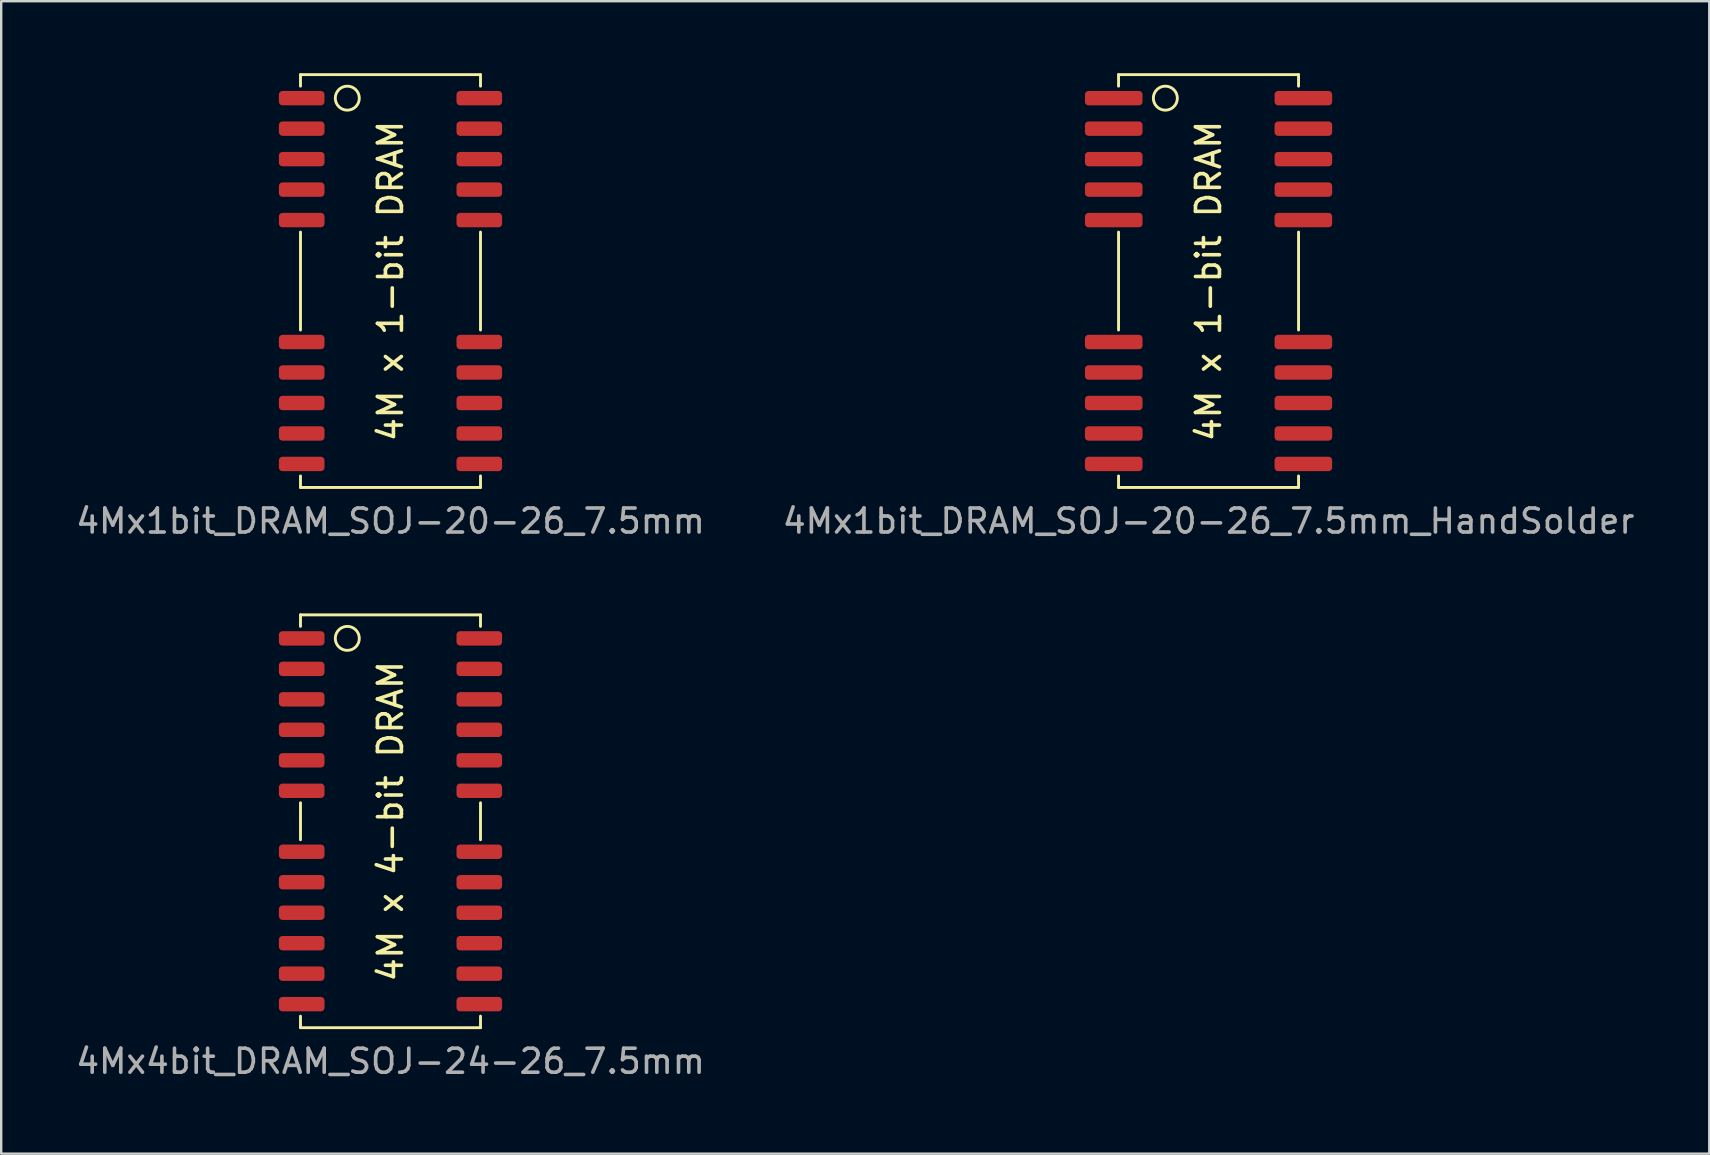
<source format=kicad_pcb>
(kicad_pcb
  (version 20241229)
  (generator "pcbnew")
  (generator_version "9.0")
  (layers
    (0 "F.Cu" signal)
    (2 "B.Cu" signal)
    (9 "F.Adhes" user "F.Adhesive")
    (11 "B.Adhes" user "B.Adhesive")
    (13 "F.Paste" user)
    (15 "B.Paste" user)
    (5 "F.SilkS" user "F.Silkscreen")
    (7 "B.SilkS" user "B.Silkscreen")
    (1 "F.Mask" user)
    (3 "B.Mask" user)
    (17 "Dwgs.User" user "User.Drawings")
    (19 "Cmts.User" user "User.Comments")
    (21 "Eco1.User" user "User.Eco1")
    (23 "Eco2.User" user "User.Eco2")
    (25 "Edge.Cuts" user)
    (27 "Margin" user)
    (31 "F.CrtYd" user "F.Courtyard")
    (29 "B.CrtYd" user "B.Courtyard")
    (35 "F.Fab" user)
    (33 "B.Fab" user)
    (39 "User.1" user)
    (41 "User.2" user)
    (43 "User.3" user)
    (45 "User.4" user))
  (footprint "4Mx1bit_DRAM_SOJ-20-26_7.5mm"
    (layer "F.Cu")
    (at 13.22 8.66)
    (property "Reference" "4Mx1bit_DRAM_SOJ-20-26_7.5mm" (at 0 10 0) (layer "F.Fab") (effects (font (size 1 1) (thickness 0.15))))
    (attr smd)
    (fp_line (start -3.75 -8.6) (end -3.75 -8.12) (stroke (width 0.12) (type solid)) (layer "F.SilkS"))
    (fp_line (start -3.75 -8.6) (end 3.75 -8.6) (stroke (width 0.12) (type solid)) (layer "F.SilkS"))
    (fp_line (start -3.75 2.04) (end -3.75 -2.04) (stroke (width 0.12) (type solid)) (layer "F.SilkS"))
    (fp_line (start -3.75 8.6) (end -3.75 8.12) (stroke (width 0.12) (type solid)) (layer "F.SilkS"))
    (fp_line (start 3.75 -8.6) (end 3.75 -8.12) (stroke (width 0.12) (type solid)) (layer "F.SilkS"))
    (fp_line (start 3.75 2.04) (end 3.75 -2.04) (stroke (width 0.12) (type solid)) (layer "F.SilkS"))
    (fp_line (start 3.75 8.6) (end -3.75 8.6) (stroke (width 0.12) (type solid)) (layer "F.SilkS"))
    (fp_line (start 3.75 8.6) (end 3.75 8.12) (stroke (width 0.12) (type solid)) (layer "F.SilkS"))
    (fp_circle (center -1.8 -7.62) (end -1.3 -7.62) (stroke (width 0.12) (type solid)) (fill no) (layer "F.SilkS"))
    (fp_text user "4M x 1-bit DRAM" (at 0 0 270) (layer "F.SilkS") (effects (font (size 1 1) (thickness 0.15))))
    (pad "1" smd roundrect (at -3.7 -7.62) (size 1.9 0.6) (layers "F.Cu" "F.Mask" "F.Paste") (roundrect_rratio 0.25))
    (pad "2" smd roundrect (at -3.7 -6.35) (size 1.9 0.6) (layers "F.Cu" "F.Mask" "F.Paste") (roundrect_rratio 0.25))
    (pad "3" smd roundrect (at -3.7 -5.08) (size 1.9 0.6) (layers "F.Cu" "F.Mask" "F.Paste") (roundrect_rratio 0.25))
    (pad "4" smd roundrect (at -3.7 -3.81) (size 1.9 0.6) (layers "F.Cu" "F.Mask" "F.Paste") (roundrect_rratio 0.25))
    (pad "5" smd roundrect (at -3.7 -2.54) (size 1.9 0.6) (layers "F.Cu" "F.Mask" "F.Paste") (roundrect_rratio 0.25))
    (pad "9" smd roundrect (at -3.7 2.54) (size 1.9 0.6) (layers "F.Cu" "F.Mask" "F.Paste") (roundrect_rratio 0.25))
    (pad "10" smd roundrect (at -3.7 3.81) (size 1.9 0.6) (layers "F.Cu" "F.Mask" "F.Paste") (roundrect_rratio 0.25))
    (pad "11" smd roundrect (at -3.7 5.08) (size 1.9 0.6) (layers "F.Cu" "F.Mask" "F.Paste") (roundrect_rratio 0.25))
    (pad "12" smd roundrect (at -3.7 6.35) (size 1.9 0.6) (layers "F.Cu" "F.Mask" "F.Paste") (roundrect_rratio 0.25))
    (pad "13" smd roundrect (at -3.7 7.62) (size 1.9 0.6) (layers "F.Cu" "F.Mask" "F.Paste") (roundrect_rratio 0.25))
    (pad "14" smd roundrect (at 3.7 7.62) (size 1.9 0.6) (layers "F.Cu" "F.Mask" "F.Paste") (roundrect_rratio 0.25))
    (pad "15" smd roundrect (at 3.7 6.35) (size 1.9 0.6) (layers "F.Cu" "F.Mask" "F.Paste") (roundrect_rratio 0.25))
    (pad "16" smd roundrect (at 3.7 5.08) (size 1.9 0.6) (layers "F.Cu" "F.Mask" "F.Paste") (roundrect_rratio 0.25))
    (pad "17" smd roundrect (at 3.7 3.81) (size 1.9 0.6) (layers "F.Cu" "F.Mask" "F.Paste") (roundrect_rratio 0.25))
    (pad "18" smd roundrect (at 3.7 2.54) (size 1.9 0.6) (layers "F.Cu" "F.Mask" "F.Paste") (roundrect_rratio 0.25))
    (pad "22" smd roundrect (at 3.7 -2.54) (size 1.9 0.6) (layers "F.Cu" "F.Mask" "F.Paste") (roundrect_rratio 0.25))
    (pad "23" smd roundrect (at 3.7 -3.81) (size 1.9 0.6) (layers "F.Cu" "F.Mask" "F.Paste") (roundrect_rratio 0.25))
    (pad "24" smd roundrect (at 3.7 -5.08) (size 1.9 0.6) (layers "F.Cu" "F.Mask" "F.Paste") (roundrect_rratio 0.25))
    (pad "25" smd roundrect (at 3.7 -6.35) (size 1.9 0.6) (layers "F.Cu" "F.Mask" "F.Paste") (roundrect_rratio 0.25))
    (pad "26" smd roundrect (at 3.7 -7.62) (size 1.9 0.6) (layers "F.Cu" "F.Mask" "F.Paste") (roundrect_rratio 0.25)))
  (footprint "4Mx4bit_DRAM_SOJ-24-26_7.5mm"
    (layer "F.Cu")
    (at 13.22 31.168)
    (property "Reference" "4Mx4bit_DRAM_SOJ-24-26_7.5mm" (at 0 10 0) (layer "F.Fab") (effects (font (size 1 1) (thickness 0.15))))
    (attr smd)
    (fp_line (start -3.75 -8.6) (end -3.75 -8.12) (stroke (width 0.12) (type solid)) (layer "F.SilkS"))
    (fp_line (start -3.75 -8.6) (end 3.75 -8.6) (stroke (width 0.12) (type solid)) (layer "F.SilkS"))
    (fp_line (start -3.75 -0.77) (end -3.75 0.77) (stroke (width 0.12) (type solid)) (layer "F.SilkS"))
    (fp_line (start -3.75 8.6) (end -3.75 8.12) (stroke (width 0.12) (type solid)) (layer "F.SilkS"))
    (fp_line (start 3.75 -8.6) (end 3.75 -8.12) (stroke (width 0.12) (type solid)) (layer "F.SilkS"))
    (fp_line (start 3.75 -0.77) (end 3.75 0.77) (stroke (width 0.12) (type solid)) (layer "F.SilkS"))
    (fp_line (start 3.75 8.6) (end -3.75 8.6) (stroke (width 0.12) (type solid)) (layer "F.SilkS"))
    (fp_line (start 3.75 8.6) (end 3.75 8.12) (stroke (width 0.12) (type solid)) (layer "F.SilkS"))
    (fp_circle (center -1.8 -7.62) (end -1.3 -7.62) (stroke (width 0.12) (type solid)) (fill no) (layer "F.SilkS"))
    (fp_text user "4M x 4-bit DRAM" (at 0 0 270) (layer "F.SilkS") (effects (font (size 1 1) (thickness 0.15))))
    (pad "1" smd roundrect (at -3.7 -7.62) (size 1.9 0.6) (layers "F.Cu" "F.Mask" "F.Paste") (roundrect_rratio 0.25))
    (pad "2" smd roundrect (at -3.7 -6.35) (size 1.9 0.6) (layers "F.Cu" "F.Mask" "F.Paste") (roundrect_rratio 0.25))
    (pad "3" smd roundrect (at -3.7 -5.08) (size 1.9 0.6) (layers "F.Cu" "F.Mask" "F.Paste") (roundrect_rratio 0.25))
    (pad "4" smd roundrect (at -3.7 -3.81) (size 1.9 0.6) (layers "F.Cu" "F.Mask" "F.Paste") (roundrect_rratio 0.25))
    (pad "5" smd roundrect (at -3.7 -2.54) (size 1.9 0.6) (layers "F.Cu" "F.Mask" "F.Paste") (roundrect_rratio 0.25))
    (pad "6" smd roundrect (at -3.7 -1.27) (size 1.9 0.6) (layers "F.Cu" "F.Mask" "F.Paste") (roundrect_rratio 0.25))
    (pad "8" smd roundrect (at -3.7 1.27) (size 1.9 0.6) (layers "F.Cu" "F.Mask" "F.Paste") (roundrect_rratio 0.25))
    (pad "9" smd roundrect (at -3.7 2.54) (size 1.9 0.6) (layers "F.Cu" "F.Mask" "F.Paste") (roundrect_rratio 0.25))
    (pad "10" smd roundrect (at -3.7 3.81) (size 1.9 0.6) (layers "F.Cu" "F.Mask" "F.Paste") (roundrect_rratio 0.25))
    (pad "11" smd roundrect (at -3.7 5.08) (size 1.9 0.6) (layers "F.Cu" "F.Mask" "F.Paste") (roundrect_rratio 0.25))
    (pad "12" smd roundrect (at -3.7 6.35) (size 1.9 0.6) (layers "F.Cu" "F.Mask" "F.Paste") (roundrect_rratio 0.25))
    (pad "13" smd roundrect (at -3.7 7.62) (size 1.9 0.6) (layers "F.Cu" "F.Mask" "F.Paste") (roundrect_rratio 0.25))
    (pad "14" smd roundrect (at 3.7 7.62) (size 1.9 0.6) (layers "F.Cu" "F.Mask" "F.Paste") (roundrect_rratio 0.25))
    (pad "15" smd roundrect (at 3.7 6.35) (size 1.9 0.6) (layers "F.Cu" "F.Mask" "F.Paste") (roundrect_rratio 0.25))
    (pad "16" smd roundrect (at 3.7 5.08) (size 1.9 0.6) (layers "F.Cu" "F.Mask" "F.Paste") (roundrect_rratio 0.25))
    (pad "17" smd roundrect (at 3.7 3.81) (size 1.9 0.6) (layers "F.Cu" "F.Mask" "F.Paste") (roundrect_rratio 0.25))
    (pad "18" smd roundrect (at 3.7 2.54) (size 1.9 0.6) (layers "F.Cu" "F.Mask" "F.Paste") (roundrect_rratio 0.25))
    (pad "19" smd roundrect (at 3.7 1.27) (size 1.9 0.6) (layers "F.Cu" "F.Mask" "F.Paste") (roundrect_rratio 0.25))
    (pad "21" smd roundrect (at 3.7 -1.27) (size 1.9 0.6) (layers "F.Cu" "F.Mask" "F.Paste") (roundrect_rratio 0.25))
    (pad "22" smd roundrect (at 3.7 -2.54) (size 1.9 0.6) (layers "F.Cu" "F.Mask" "F.Paste") (roundrect_rratio 0.25))
    (pad "23" smd roundrect (at 3.7 -3.81) (size 1.9 0.6) (layers "F.Cu" "F.Mask" "F.Paste") (roundrect_rratio 0.25))
    (pad "24" smd roundrect (at 3.7 -5.08) (size 1.9 0.6) (layers "F.Cu" "F.Mask" "F.Paste") (roundrect_rratio 0.25))
    (pad "25" smd roundrect (at 3.7 -6.35) (size 1.9 0.6) (layers "F.Cu" "F.Mask" "F.Paste") (roundrect_rratio 0.25))
    (pad "26" smd roundrect (at 3.7 -7.62) (size 1.9 0.6) (layers "F.Cu" "F.Mask" "F.Paste") (roundrect_rratio 0.25)))
  (footprint "4Mx1bit_DRAM_SOJ-20-26_7.5mm_HandSolder"
    (layer "F.Cu")
    (at 47.304 8.66)
    (property "Reference" "4Mx1bit_DRAM_SOJ-20-26_7.5mm_HandSolder" (at 0 10 0) (layer "F.Fab") (effects (font (size 1 1) (thickness 0.15))))
    (attr smd)
    (fp_line (start -3.75 -8.6) (end -3.75 -8.12) (stroke (width 0.12) (type solid)) (layer "F.SilkS"))
    (fp_line (start -3.75 -8.6) (end 3.75 -8.6) (stroke (width 0.12) (type solid)) (layer "F.SilkS"))
    (fp_line (start -3.75 2.04) (end -3.75 -2.04) (stroke (width 0.12) (type solid)) (layer "F.SilkS"))
    (fp_line (start -3.75 8.6) (end -3.75 8.12) (stroke (width 0.12) (type solid)) (layer "F.SilkS"))
    (fp_line (start 3.75 -8.6) (end 3.75 -8.12) (stroke (width 0.12) (type solid)) (layer "F.SilkS"))
    (fp_line (start 3.75 2.04) (end 3.75 -2.04) (stroke (width 0.12) (type solid)) (layer "F.SilkS"))
    (fp_line (start 3.75 8.6) (end -3.75 8.6) (stroke (width 0.12) (type solid)) (layer "F.SilkS"))
    (fp_line (start 3.75 8.6) (end 3.75 8.12) (stroke (width 0.12) (type solid)) (layer "F.SilkS"))
    (fp_circle (center -1.8 -7.62) (end -1.3 -7.62) (stroke (width 0.12) (type solid)) (fill no) (layer "F.SilkS"))
    (fp_text user "4M x 1-bit DRAM" (at 0 0 270) (layer "F.SilkS") (effects (font (size 1 1) (thickness 0.15))))
    (pad "1" smd roundrect (at -3.7 -7.62) (size 2.4 0.6) (drill (offset -0.25 0)) (layers "F.Cu" "F.Mask" "F.Paste") (roundrect_rratio 0.25))
    (pad "2" smd roundrect (at -3.7 -6.35) (size 2.4 0.6) (drill (offset -0.25 0)) (layers "F.Cu" "F.Mask" "F.Paste") (roundrect_rratio 0.25))
    (pad "3" smd roundrect (at -3.7 -5.08) (size 2.4 0.6) (drill (offset -0.25 0)) (layers "F.Cu" "F.Mask" "F.Paste") (roundrect_rratio 0.25))
    (pad "4" smd roundrect (at -3.7 -3.81) (size 2.4 0.6) (drill (offset -0.25 0)) (layers "F.Cu" "F.Mask" "F.Paste") (roundrect_rratio 0.25))
    (pad "5" smd roundrect (at -3.7 -2.54) (size 2.4 0.6) (drill (offset -0.25 0)) (layers "F.Cu" "F.Mask" "F.Paste") (roundrect_rratio 0.25))
    (pad "9" smd roundrect (at -3.7 2.54) (size 2.4 0.6) (drill (offset -0.25 0)) (layers "F.Cu" "F.Mask" "F.Paste") (roundrect_rratio 0.25))
    (pad "10" smd roundrect (at -3.7 3.81) (size 2.4 0.6) (drill (offset -0.25 0)) (layers "F.Cu" "F.Mask" "F.Paste") (roundrect_rratio 0.25))
    (pad "11" smd roundrect (at -3.7 5.08) (size 2.4 0.6) (drill (offset -0.25 0)) (layers "F.Cu" "F.Mask" "F.Paste") (roundrect_rratio 0.25))
    (pad "12" smd roundrect (at -3.7 6.35) (size 2.4 0.6) (drill (offset -0.25 0)) (layers "F.Cu" "F.Mask" "F.Paste") (roundrect_rratio 0.25))
    (pad "13" smd roundrect (at -3.7 7.62) (size 2.4 0.6) (drill (offset -0.25 0)) (layers "F.Cu" "F.Mask" "F.Paste") (roundrect_rratio 0.25))
    (pad "14" smd roundrect (at 3.7 7.62) (size 2.4 0.6) (drill (offset 0.25 0)) (layers "F.Cu" "F.Mask" "F.Paste") (roundrect_rratio 0.25))
    (pad "15" smd roundrect (at 3.7 6.35) (size 2.4 0.6) (drill (offset 0.25 0)) (layers "F.Cu" "F.Mask" "F.Paste") (roundrect_rratio 0.25))
    (pad "16" smd roundrect (at 3.7 5.08) (size 2.4 0.6) (drill (offset 0.25 0)) (layers "F.Cu" "F.Mask" "F.Paste") (roundrect_rratio 0.25))
    (pad "17" smd roundrect (at 3.7 3.81) (size 2.4 0.6) (drill (offset 0.25 0)) (layers "F.Cu" "F.Mask" "F.Paste") (roundrect_rratio 0.25))
    (pad "18" smd roundrect (at 3.7 2.54) (size 2.4 0.6) (drill (offset 0.25 0)) (layers "F.Cu" "F.Mask" "F.Paste") (roundrect_rratio 0.25))
    (pad "22" smd roundrect (at 3.7 -2.54) (size 2.4 0.6) (drill (offset 0.25 0)) (layers "F.Cu" "F.Mask" "F.Paste") (roundrect_rratio 0.25))
    (pad "23" smd roundrect (at 3.7 -3.81) (size 2.4 0.6) (drill (offset 0.25 0)) (layers "F.Cu" "F.Mask" "F.Paste") (roundrect_rratio 0.25))
    (pad "24" smd roundrect (at 3.7 -5.08) (size 2.4 0.6) (drill (offset 0.25 0)) (layers "F.Cu" "F.Mask" "F.Paste") (roundrect_rratio 0.25))
    (pad "25" smd roundrect (at 3.7 -6.35) (size 2.4 0.6) (drill (offset 0.25 0)) (layers "F.Cu" "F.Mask" "F.Paste") (roundrect_rratio 0.25))
    (pad "26" smd roundrect (at 3.7 -7.62) (size 2.4 0.6) (drill (offset 0.25 0)) (layers "F.Cu" "F.Mask" "F.Paste") (roundrect_rratio 0.25)))
  (gr_rect
    (start -3 -3)
    (end 68.167 45.017)
    (stroke (width 0.1) (type default))
    (fill no)
    (layer "Edge.Cuts")))
</source>
